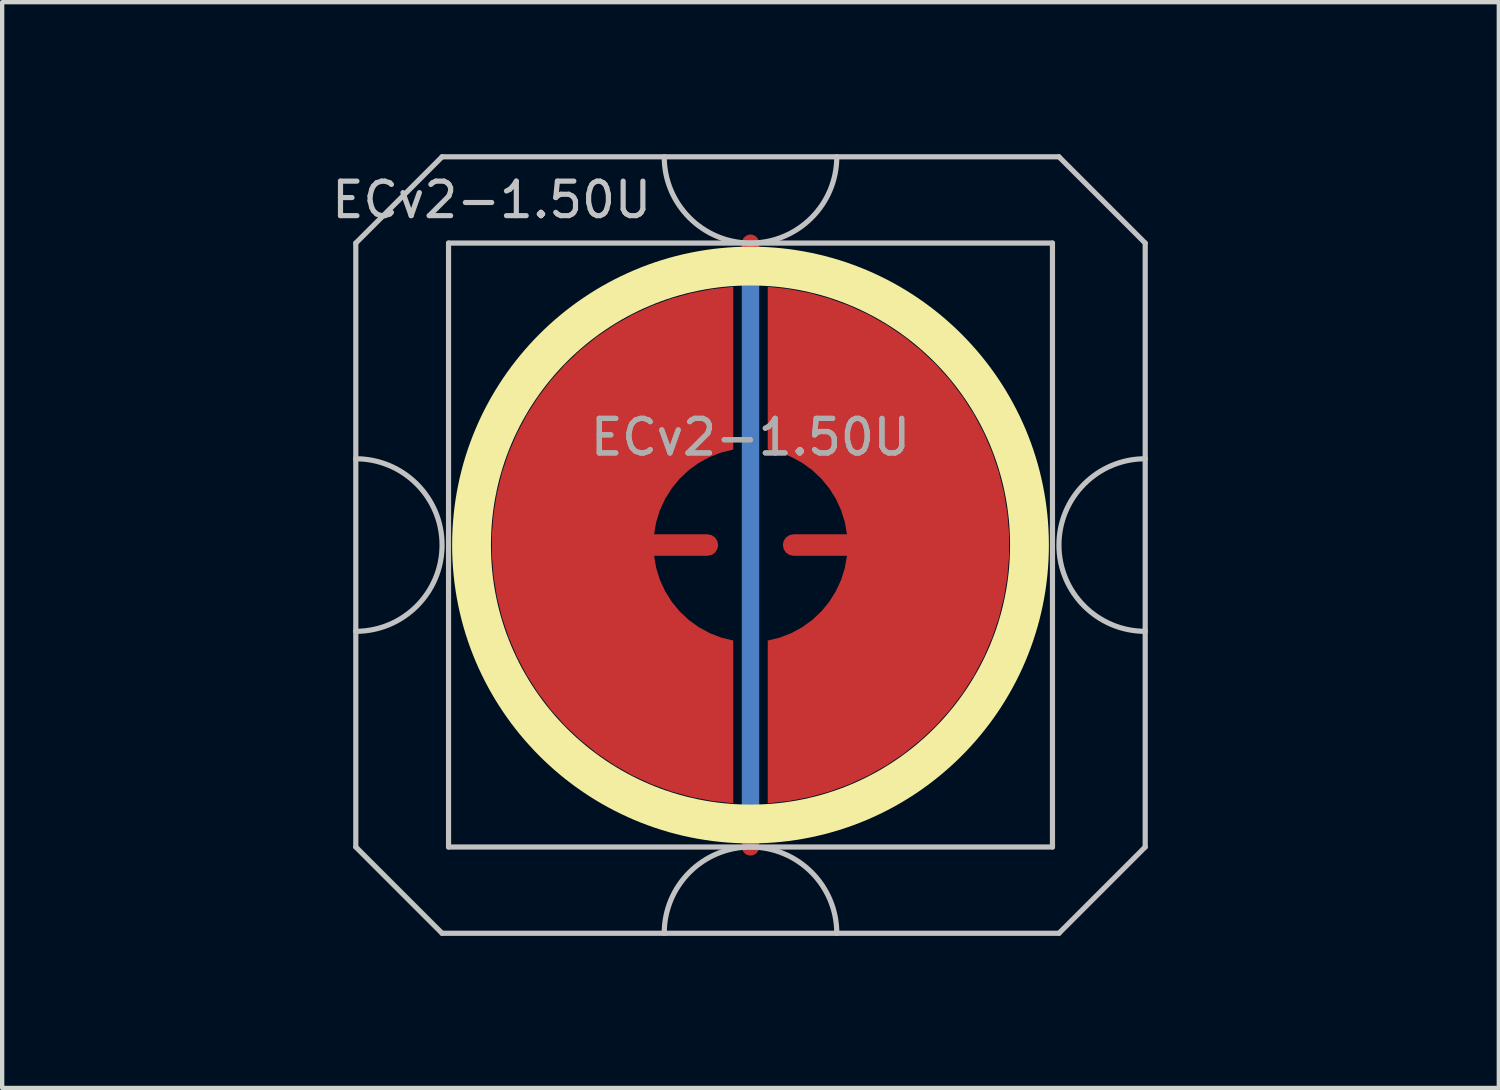
<source format=kicad_pcb>
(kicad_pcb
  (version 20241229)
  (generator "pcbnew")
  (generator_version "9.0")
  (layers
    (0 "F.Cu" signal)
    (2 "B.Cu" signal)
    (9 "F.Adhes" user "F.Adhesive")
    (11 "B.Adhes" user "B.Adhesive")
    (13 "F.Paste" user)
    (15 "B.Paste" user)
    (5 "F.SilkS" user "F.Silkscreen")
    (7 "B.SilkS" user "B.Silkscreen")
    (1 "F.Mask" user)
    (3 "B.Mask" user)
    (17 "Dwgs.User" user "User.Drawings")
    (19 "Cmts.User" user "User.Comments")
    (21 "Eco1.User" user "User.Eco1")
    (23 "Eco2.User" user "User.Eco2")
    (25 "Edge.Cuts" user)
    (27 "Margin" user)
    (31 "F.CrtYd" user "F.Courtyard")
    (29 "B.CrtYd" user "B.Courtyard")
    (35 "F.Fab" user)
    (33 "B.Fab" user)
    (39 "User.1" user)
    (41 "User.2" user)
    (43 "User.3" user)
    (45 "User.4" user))
  (footprint "ECv2-1.50U"
    (layer "F.Cu")
    (at 14.348 9.585)
    (property "Reference" "ECv2-1.50U" (at -6 -8 0) (layer "Dwgs.User") (effects (font (size 0.8 0.8) (thickness 0.12))))
    (attr smd exclude_from_pos_files exclude_from_bom)
    (fp_circle (center 0 0) (end 6.467 0) (stroke (width 0.9) (type solid)) (fill no) (layer "F.SilkS"))
    (fp_line (start -9.15 -7) (end -9.15 -2) (stroke (width 0.12) (type solid)) (layer "Dwgs.User"))
    (fp_line (start -9.15 -2) (end -9.15 2) (stroke (width 0.12) (type solid)) (layer "Dwgs.User"))
    (fp_line (start -9.15 2) (end -9.15 7) (stroke (width 0.12) (type solid)) (layer "Dwgs.User"))
    (fp_line (start -9.15 7) (end -7.15 9) (stroke (width 0.12) (type solid)) (layer "Dwgs.User"))
    (fp_line (start -7.15 -9) (end -9.15 -7) (stroke (width 0.12) (type solid)) (layer "Dwgs.User"))
    (fp_line (start -7.15 9) (end 7.15 9) (stroke (width 0.12) (type solid)) (layer "Dwgs.User"))
    (fp_line (start -7 -7) (end -7 7) (stroke (width 0.12) (type solid)) (layer "Dwgs.User"))
    (fp_line (start -7 7) (end 7 7) (stroke (width 0.12) (type solid)) (layer "Dwgs.User"))
    (fp_line (start 7 -7) (end -7 -7) (stroke (width 0.12) (type solid)) (layer "Dwgs.User"))
    (fp_line (start 7 7) (end 7 -7) (stroke (width 0.12) (type solid)) (layer "Dwgs.User"))
    (fp_line (start 7.15 -9) (end -7.15 -9) (stroke (width 0.12) (type solid)) (layer "Dwgs.User"))
    (fp_line (start 7.15 -9) (end 9.15 -7) (stroke (width 0.12) (type solid)) (layer "Dwgs.User"))
    (fp_line (start 7.15 9) (end 9.15 7) (stroke (width 0.12) (type solid)) (layer "Dwgs.User"))
    (fp_line (start 9.15 -2) (end 9.15 -7) (stroke (width 0.12) (type solid)) (layer "Dwgs.User"))
    (fp_line (start 9.15 -2) (end 9.15 2) (stroke (width 0.12) (type solid)) (layer "Dwgs.User"))
    (fp_line (start 9.15 7) (end 9.15 2) (stroke (width 0.12) (type solid)) (layer "Dwgs.User"))
    (fp_arc (start -9.15 -2) (mid -7.15 0) (end -9.15 2) (stroke (width 0.12) (type solid)) (layer "Dwgs.User"))
    (fp_arc (start -2 9) (mid 0 7) (end 2 9) (stroke (width 0.12) (type solid)) (layer "Dwgs.User"))
    (fp_arc (start 2 -9) (mid 0 -7) (end -2 -9) (stroke (width 0.12) (type solid)) (layer "Dwgs.User"))
    (fp_arc (start 9.15 2) (mid 7.15 0) (end 9.15 -2) (stroke (width 0.12) (type solid)) (layer "Dwgs.User"))
    (fp_line (start -14.287 -9.525) (end -14.287 9.525) (stroke (width 0.12) (type solid)) (layer "User.2"))
    (fp_line (start -14.287 -9.525) (end 14.287 -9.525) (stroke (width 0.12) (type solid)) (layer "User.2"))
    (fp_line (start -14.287 9.525) (end 14.287 9.525) (stroke (width 0.12) (type solid)) (layer "User.2"))
    (fp_line (start 14.287 -9.525) (end 14.287 9.525) (stroke (width 0.12) (type solid)) (layer "User.2"))
    (fp_text user "${REFERENCE}" (at 0 -2.5 0) (layer "F.Fab") (effects (font (size 0.8 0.8) (thickness 0.12))))
    (fp_text user "${REFERENCE}" (at 0 -2.5 0) (layer "F.Fab") (effects (font (size 0.8 0.8) (thickness 0.12))))
    (pad "1" smd custom (at -1 0) (size 0.4 0.4) (layers "F.Cu") (options (anchor circle)) (primitives (gr_poly (pts (xy 0.6 -2.214) (xy 0.32 -2.145) (xy 0.052 -2.041) (xy -0.201 -1.903) (xy -0.434 -1.734) (xy -0.644 -1.536) (xy -0.826 -1.314) (xy -0.979 -1.07) (xy -1.1 -0.808) (xy -1.186 -0.534) (xy -1.236 -0.25) (xy 0 -0.25) (xy 0.096 -0.231) (xy 0.177 -0.177) (xy 0.231 -0.096) (xy 0.25 0) (xy 0.231 0.096) (xy 0.177 0.177) (xy 0.096 0.231) (xy 0 0.25) (xy -1.236 0.25) (xy -1.186 0.534) (xy -1.1 0.808) (xy -0.979 1.07) (xy -0.826 1.314) (xy -0.644 1.536) (xy -0.434 1.734) (xy -0.201 1.903) (xy 0.052 2.041) (xy 0.32 2.145) (xy 0.6 2.214) (xy 0.6 5.987) (xy 0.115 5.934) (xy -0.364 5.843) (xy -0.834 5.713) (xy -1.292 5.545) (xy -1.735 5.341) (xy -2.159 5.101) (xy -2.563 4.827) (xy -2.943 4.522) (xy -3.298 4.187) (xy -3.623 3.824) (xy -3.919 3.436) (xy -4.182 3.025) (xy -4.41 2.594) (xy -4.603 2.147) (xy -4.759 1.684) (xy -4.876 1.211) (xy -4.955 0.73) (xy -4.995 0.244) (xy -4.995 -0.244) (xy -4.955 -0.73) (xy -4.876 -1.211) (xy -4.759 -1.684) (xy -4.603 -2.147) (xy -4.41 -2.594) (xy -4.182 -3.025) (xy -3.919 -3.436) (xy -3.623 -3.824) (xy -3.298 -4.187) (xy -2.943 -4.522) (xy -2.563 -4.827) (xy -2.159 -5.101) (xy -1.735 -5.341) (xy -1.292 -5.545) (xy -0.834 -5.713) (xy -0.364 -5.843) (xy 0.115 -5.934) (xy 0.6 -5.987)) (width 0) (fill yes))))
    (pad "2" smd custom (at 1 0 180) (size 0.4 0.4) (layers "F.Cu") (options (anchor circle)) (primitives (gr_poly (pts (xy 0.6 -2.214) (xy 0.32 -2.145) (xy 0.052 -2.041) (xy -0.201 -1.903) (xy -0.434 -1.734) (xy -0.644 -1.536) (xy -0.826 -1.314) (xy -0.979 -1.07) (xy -1.1 -0.808) (xy -1.186 -0.534) (xy -1.236 -0.25) (xy 0 -0.25) (xy 0.096 -0.231) (xy 0.177 -0.177) (xy 0.231 -0.096) (xy 0.25 0) (xy 0.231 0.096) (xy 0.177 0.177) (xy 0.096 0.231) (xy 0 0.25) (xy -1.236 0.25) (xy -1.186 0.534) (xy -1.1 0.808) (xy -0.979 1.07) (xy -0.826 1.314) (xy -0.644 1.536) (xy -0.434 1.734) (xy -0.201 1.903) (xy 0.052 2.041) (xy 0.32 2.145) (xy 0.6 2.214) (xy 0.6 5.987) (xy 0.115 5.934) (xy -0.364 5.843) (xy -0.834 5.713) (xy -1.292 5.545) (xy -1.735 5.341) (xy -2.159 5.101) (xy -2.563 4.827) (xy -2.943 4.522) (xy -3.298 4.187) (xy -3.623 3.824) (xy -3.919 3.436) (xy -4.182 3.025) (xy -4.41 2.594) (xy -4.603 2.147) (xy -4.759 1.684) (xy -4.876 1.211) (xy -4.955 0.73) (xy -4.995 0.244) (xy -4.995 -0.244) (xy -4.955 -0.73) (xy -4.876 -1.211) (xy -4.759 -1.684) (xy -4.603 -2.147) (xy -4.41 -2.594) (xy -4.182 -3.025) (xy -3.919 -3.436) (xy -3.623 -3.824) (xy -3.298 -4.187) (xy -2.943 -4.522) (xy -2.563 -4.827) (xy -2.159 -5.101) (xy -1.735 -5.341) (xy -1.292 -5.545) (xy -0.834 -5.713) (xy -0.364 -5.843) (xy 0.115 -5.934) (xy 0.6 -5.987)) (width 0) (fill yes))))
    (pad "3" smd custom (at 0 0) (size 0.4 0.4) (layers "F.Cu") (options (anchor rect)) (primitives (gr_line (start 0 -7) (end 0 7) (width 0.4))))
    (pad "3" smd custom (at 0 0) (size 0.4 0.4) (layers "B.Cu") (options (anchor rect)) (primitives (gr_line (start 0 -6.5) (end 0 6.5) (width 0.4))))
    (zone (net_name "") (layer "F.Cu") (hatch edge 0.508) (connect_pads) (min_thickness 0.254) (filled_areas_thickness no) (keepout (tracks allowed) (vias allowed) (pads allowed) (copperpour not_allowed) (footprints allowed)) (placement (enabled no)) (fill) (polygon (pts (xy 21.352 9.585) (xy 21.334 9.072) (xy 21.277 8.562) (xy 21.184 8.057) (xy 21.053 7.56) (xy 20.887 7.075) (xy 20.686 6.602) (xy 20.45 6.146) (xy 20.182 5.709) (xy 19.882 5.292) (xy 19.553 4.898) (xy 19.196 4.529) (xy 18.813 4.188) (xy 18.405 3.875) (xy 17.976 3.593) (xy 17.528 3.344) (xy 17.062 3.127) (xy 16.582 2.946) (xy 16.09 2.8) (xy 15.588 2.691) (xy 15.08 2.618) (xy 14.568 2.584) (xy 14.054 2.586) (xy 13.542 2.627) (xy 13.035 2.704) (xy 12.534 2.819) (xy 12.044 2.97) (xy 11.566 3.156) (xy 11.102 3.377) (xy 10.656 3.632) (xy 10.23 3.918) (xy 9.826 4.235) (xy 9.446 4.58) (xy 9.093 4.953) (xy 8.768 5.35) (xy 8.473 5.77) (xy 8.209 6.21) (xy 7.978 6.669) (xy 7.782 7.143) (xy 7.621 7.631) (xy 7.496 8.129) (xy 7.407 8.634) (xy 7.356 9.145) (xy 7.343 9.658) (xy 7.367 10.171) (xy 7.429 10.681) (xy 7.528 11.185) (xy 7.663 11.68) (xy 7.835 12.164) (xy 8.041 12.634) (xy 8.281 13.087) (xy 8.554 13.522) (xy 8.858 13.936) (xy 9.191 14.326) (xy 9.552 14.691) (xy 9.939 15.029) (xy 10.35 15.337) (xy 10.782 15.614) (xy 11.233 15.859) (xy 11.701 16.071) (xy 12.183 16.247) (xy 12.677 16.388) (xy 13.179 16.492) (xy 13.688 16.559) (xy 14.201 16.588) (xy 14.714 16.58) (xy 15.225 16.535) (xy 15.732 16.452) (xy 16.231 16.332) (xy 16.72 16.176) (xy 17.197 15.984) (xy 17.658 15.758) (xy 18.101 15.499) (xy 18.524 15.209) (xy 18.925 14.888) (xy 19.301 14.538) (xy 19.65 14.162) (xy 19.971 13.761) (xy 20.262 13.338) (xy 20.521 12.895) (xy 20.747 12.434) (xy 20.938 11.958) (xy 21.094 11.469) (xy 21.214 10.97) (xy 21.297 10.463) (xy 21.343 9.952))))
    (zone (net_name "") (layer "B.Cu") (hatch edge 0.508) (connect_pads) (min_thickness 0.254) (filled_areas_thickness no) (keepout (tracks allowed) (vias allowed) (pads allowed) (copperpour not_allowed) (footprints allowed)) (placement (enabled no)) (fill) (polygon (pts (xy 20.906 9.585) (xy 20.886 9.07) (xy 20.825 8.559) (xy 20.725 8.054) (xy 20.585 7.558) (xy 20.407 7.075) (xy 20.191 6.608) (xy 19.939 6.158) (xy 19.653 5.73) (xy 19.334 5.326) (xy 18.985 4.948) (xy 18.607 4.598) (xy 18.202 4.279) (xy 17.774 3.993) (xy 17.325 3.742) (xy 16.857 3.526) (xy 16.374 3.348) (xy 15.878 3.208) (xy 15.373 3.107) (xy 14.862 3.047) (xy 14.348 3.027) (xy 13.833 3.047) (xy 13.322 3.107) (xy 12.817 3.208) (xy 12.321 3.348) (xy 11.838 3.526) (xy 11.37 3.742) (xy 10.921 3.993) (xy 10.493 4.279) (xy 10.088 4.598) (xy 9.71 4.948) (xy 9.361 5.326) (xy 9.042 5.73) (xy 8.756 6.158) (xy 8.504 6.608) (xy 8.288 7.075) (xy 8.11 7.558) (xy 7.97 8.054) (xy 7.87 8.559) (xy 7.809 9.07) (xy 7.789 9.585) (xy 7.809 10.1) (xy 7.87 10.611) (xy 7.97 11.116) (xy 8.11 11.612) (xy 8.288 12.095) (xy 8.504 12.562) (xy 8.756 13.012) (xy 9.042 13.44) (xy 9.361 13.844) (xy 9.71 14.222) (xy 10.088 14.572) (xy 10.493 14.891) (xy 10.921 15.177) (xy 11.37 15.428) (xy 11.838 15.644) (xy 12.321 15.822) (xy 12.817 15.962) (xy 13.322 16.063) (xy 13.833 16.123) (xy 14.348 16.143) (xy 14.862 16.123) (xy 15.373 16.063) (xy 15.878 15.962) (xy 16.374 15.822) (xy 16.857 15.644) (xy 17.325 15.428) (xy 17.774 15.177) (xy 18.202 14.891) (xy 18.607 14.572) (xy 18.985 14.222) (xy 19.334 13.844) (xy 19.653 13.44) (xy 19.939 13.012) (xy 20.191 12.562) (xy 20.407 12.095) (xy 20.585 11.612) (xy 20.725 11.116) (xy 20.825 10.611) (xy 20.886 10.1)))))
  (gr_rect
    (start -3 -3)
    (end 31.695 22.17)
    (stroke (width 0.1) (type default))
    (fill no)
    (layer "Edge.Cuts")))
</source>
